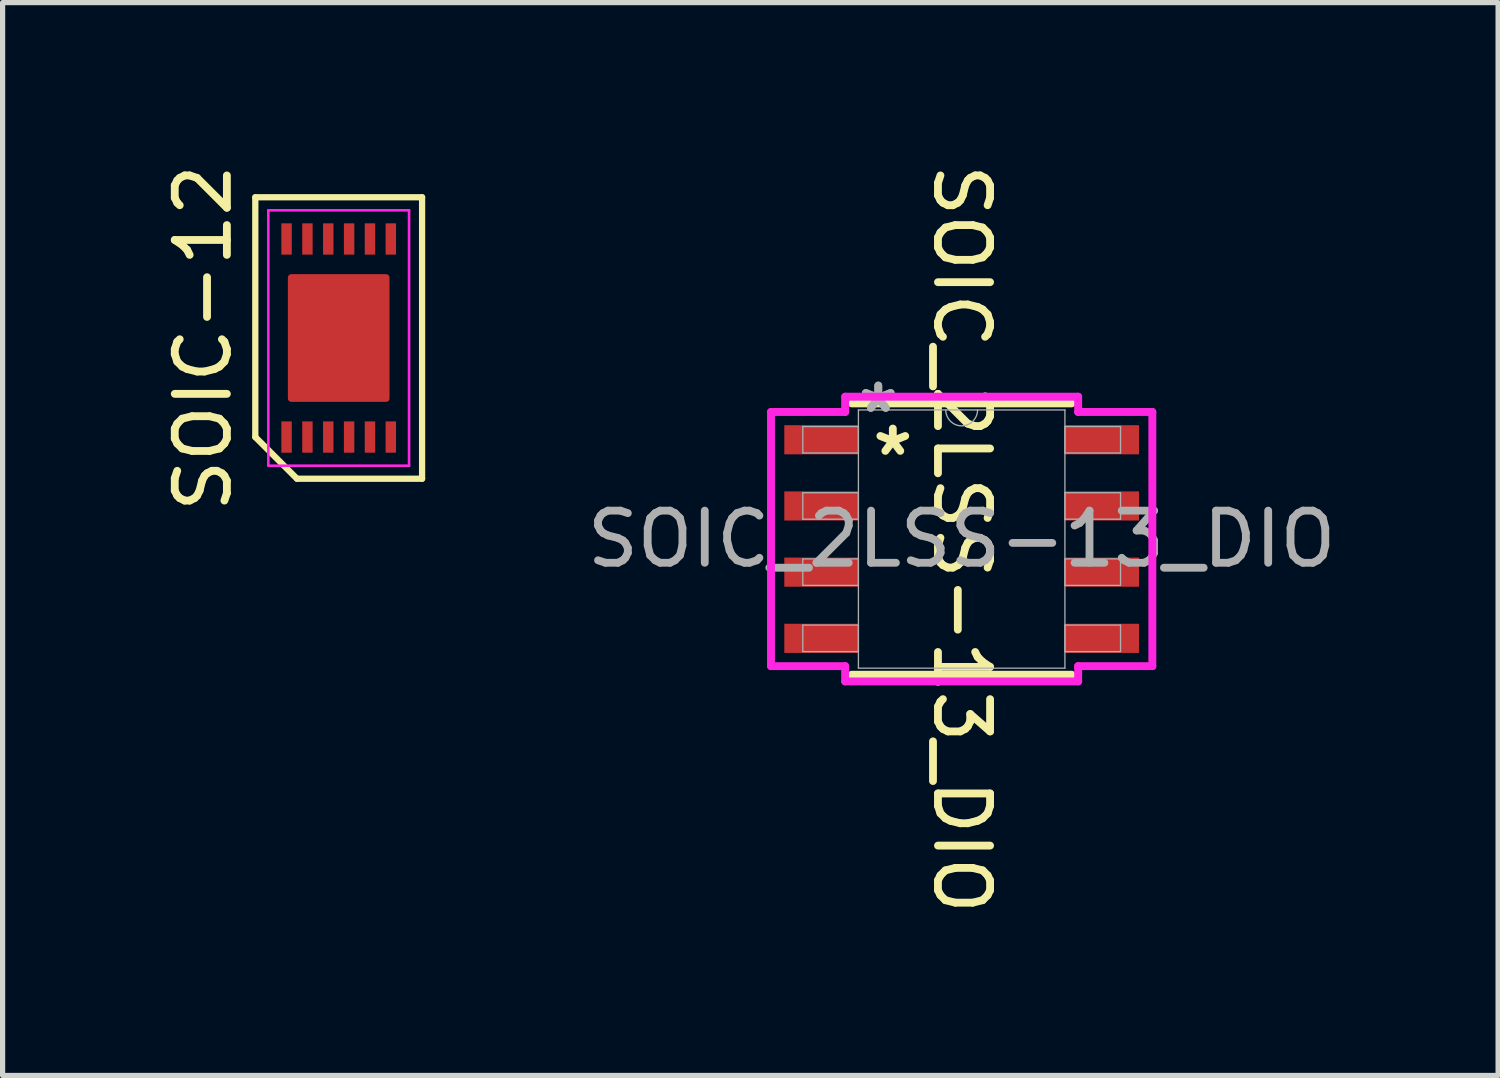
<source format=kicad_pcb>
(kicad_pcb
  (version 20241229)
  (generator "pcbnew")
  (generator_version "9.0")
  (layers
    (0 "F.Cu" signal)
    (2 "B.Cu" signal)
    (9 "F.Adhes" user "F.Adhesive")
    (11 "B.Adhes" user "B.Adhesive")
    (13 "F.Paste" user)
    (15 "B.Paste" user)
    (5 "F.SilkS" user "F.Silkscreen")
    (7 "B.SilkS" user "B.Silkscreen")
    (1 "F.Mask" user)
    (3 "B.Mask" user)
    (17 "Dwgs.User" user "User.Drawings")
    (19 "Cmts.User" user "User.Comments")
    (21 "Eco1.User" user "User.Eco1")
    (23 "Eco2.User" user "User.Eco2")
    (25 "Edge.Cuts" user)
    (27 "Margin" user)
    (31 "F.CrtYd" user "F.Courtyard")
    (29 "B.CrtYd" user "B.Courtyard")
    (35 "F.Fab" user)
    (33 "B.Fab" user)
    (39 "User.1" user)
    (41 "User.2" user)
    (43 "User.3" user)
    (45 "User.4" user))
  (footprint "SOIC_2LSS-13_DIO"
    (layer "F.Cu")
    (at 15.4 7.292)
    (property "Reference" "SOIC_2LSS-13_DIO" (at 0 0 270) (unlocked yes) (layer "F.SilkS") (effects (font (size 1 1) (thickness 0.15))))
    (attr smd)
    (fp_line (start -2.108 2.603) (end 2.108 2.603) (stroke (width 0.152) (type solid)) (layer "F.SilkS"))
    (fp_line (start 2.108 -2.603) (end -2.108 -2.603) (stroke (width 0.152) (type solid)) (layer "F.SilkS"))
    (fp_line (start -3.658 -2.438) (end -2.235 -2.438) (stroke (width 0.152) (type solid)) (layer "F.CrtYd"))
    (fp_line (start -3.658 2.438) (end -3.658 -2.438) (stroke (width 0.152) (type solid)) (layer "F.CrtYd"))
    (fp_line (start -3.658 2.438) (end -2.235 2.438) (stroke (width 0.152) (type solid)) (layer "F.CrtYd"))
    (fp_line (start -2.235 -2.731) (end 2.235 -2.731) (stroke (width 0.152) (type solid)) (layer "F.CrtYd"))
    (fp_line (start -2.235 -2.438) (end -2.235 -2.731) (stroke (width 0.152) (type solid)) (layer "F.CrtYd"))
    (fp_line (start -2.235 2.731) (end -2.235 2.438) (stroke (width 0.152) (type solid)) (layer "F.CrtYd"))
    (fp_line (start 2.235 -2.731) (end 2.235 -2.438) (stroke (width 0.152) (type solid)) (layer "F.CrtYd"))
    (fp_line (start 2.235 2.438) (end 2.235 2.731) (stroke (width 0.152) (type solid)) (layer "F.CrtYd"))
    (fp_line (start 2.235 2.731) (end -2.235 2.731) (stroke (width 0.152) (type solid)) (layer "F.CrtYd"))
    (fp_line (start 3.658 -2.438) (end 2.235 -2.438) (stroke (width 0.152) (type solid)) (layer "F.CrtYd"))
    (fp_line (start 3.658 -2.438) (end 3.658 2.438) (stroke (width 0.152) (type solid)) (layer "F.CrtYd"))
    (fp_line (start 3.658 2.438) (end 2.235 2.438) (stroke (width 0.152) (type solid)) (layer "F.CrtYd"))
    (fp_line (start -3.048 -2.159) (end -3.048 -1.651) (stroke (width 0.025) (type solid)) (layer "F.Fab"))
    (fp_line (start -3.048 -1.651) (end -1.981 -1.651) (stroke (width 0.025) (type solid)) (layer "F.Fab"))
    (fp_line (start -3.048 -0.889) (end -3.048 -0.381) (stroke (width 0.025) (type solid)) (layer "F.Fab"))
    (fp_line (start -3.048 -0.381) (end -1.981 -0.381) (stroke (width 0.025) (type solid)) (layer "F.Fab"))
    (fp_line (start -3.048 0.381) (end -3.048 0.889) (stroke (width 0.025) (type solid)) (layer "F.Fab"))
    (fp_line (start -3.048 0.889) (end -1.981 0.889) (stroke (width 0.025) (type solid)) (layer "F.Fab"))
    (fp_line (start -3.048 1.651) (end -3.048 2.159) (stroke (width 0.025) (type solid)) (layer "F.Fab"))
    (fp_line (start -3.048 2.159) (end -1.981 2.159) (stroke (width 0.025) (type solid)) (layer "F.Fab"))
    (fp_line (start -1.981 -2.477) (end -1.981 2.477) (stroke (width 0.025) (type solid)) (layer "F.Fab"))
    (fp_line (start -1.981 -2.159) (end -3.048 -2.159) (stroke (width 0.025) (type solid)) (layer "F.Fab"))
    (fp_line (start -1.981 -1.651) (end -1.981 -2.159) (stroke (width 0.025) (type solid)) (layer "F.Fab"))
    (fp_line (start -1.981 -0.889) (end -3.048 -0.889) (stroke (width 0.025) (type solid)) (layer "F.Fab"))
    (fp_line (start -1.981 -0.381) (end -1.981 -0.889) (stroke (width 0.025) (type solid)) (layer "F.Fab"))
    (fp_line (start -1.981 0.381) (end -3.048 0.381) (stroke (width 0.025) (type solid)) (layer "F.Fab"))
    (fp_line (start -1.981 0.889) (end -1.981 0.381) (stroke (width 0.025) (type solid)) (layer "F.Fab"))
    (fp_line (start -1.981 1.651) (end -3.048 1.651) (stroke (width 0.025) (type solid)) (layer "F.Fab"))
    (fp_line (start -1.981 2.159) (end -1.981 1.651) (stroke (width 0.025) (type solid)) (layer "F.Fab"))
    (fp_line (start -1.981 2.477) (end 1.981 2.477) (stroke (width 0.025) (type solid)) (layer "F.Fab"))
    (fp_line (start 1.981 -2.477) (end -1.981 -2.477) (stroke (width 0.025) (type solid)) (layer "F.Fab"))
    (fp_line (start 1.981 -2.159) (end 1.981 -1.651) (stroke (width 0.025) (type solid)) (layer "F.Fab"))
    (fp_line (start 1.981 -1.651) (end 3.048 -1.651) (stroke (width 0.025) (type solid)) (layer "F.Fab"))
    (fp_line (start 1.981 -0.889) (end 1.981 -0.381) (stroke (width 0.025) (type solid)) (layer "F.Fab"))
    (fp_line (start 1.981 -0.381) (end 3.048 -0.381) (stroke (width 0.025) (type solid)) (layer "F.Fab"))
    (fp_line (start 1.981 0.381) (end 1.981 0.889) (stroke (width 0.025) (type solid)) (layer "F.Fab"))
    (fp_line (start 1.981 0.889) (end 3.048 0.889) (stroke (width 0.025) (type solid)) (layer "F.Fab"))
    (fp_line (start 1.981 1.651) (end 1.981 2.159) (stroke (width 0.025) (type solid)) (layer "F.Fab"))
    (fp_line (start 1.981 2.159) (end 3.048 2.159) (stroke (width 0.025) (type solid)) (layer "F.Fab"))
    (fp_line (start 1.981 2.477) (end 1.981 -2.477) (stroke (width 0.025) (type solid)) (layer "F.Fab"))
    (fp_line (start 3.048 -2.159) (end 1.981 -2.159) (stroke (width 0.025) (type solid)) (layer "F.Fab"))
    (fp_line (start 3.048 -1.651) (end 3.048 -2.159) (stroke (width 0.025) (type solid)) (layer "F.Fab"))
    (fp_line (start 3.048 -0.889) (end 1.981 -0.889) (stroke (width 0.025) (type solid)) (layer "F.Fab"))
    (fp_line (start 3.048 -0.381) (end 3.048 -0.889) (stroke (width 0.025) (type solid)) (layer "F.Fab"))
    (fp_line (start 3.048 0.381) (end 1.981 0.381) (stroke (width 0.025) (type solid)) (layer "F.Fab"))
    (fp_line (start 3.048 0.889) (end 3.048 0.381) (stroke (width 0.025) (type solid)) (layer "F.Fab"))
    (fp_line (start 3.048 1.651) (end 1.981 1.651) (stroke (width 0.025) (type solid)) (layer "F.Fab"))
    (fp_line (start 3.048 2.159) (end 3.048 1.651) (stroke (width 0.025) (type solid)) (layer "F.Fab"))
    (fp_arc (start 0.3048 -2.4765) (mid 0 -2.1717) (end -0.3048 -2.4765) (stroke (width 0.0254) (type solid)) (layer "F.Fab"))
    (fp_text user "*" (at -1.321 -1.575 0) (unlocked yes) (layer "F.SilkS") (effects (font (size 1 1) (thickness 0.15))))
    (fp_text user "*" (at -1.6 -2.4 0) (unlocked yes) (layer "F.Fab") (effects (font (size 1 1) (thickness 0.15))))
    (fp_text user "*" (at -1.6 -2.4 0) (unlocked yes) (layer "F.Fab") (effects (font (size 1 1) (thickness 0.15))))
    (fp_text user "${REFERENCE}" (at 0 0 0) (unlocked yes) (layer "F.Fab") (effects (font (size 1 1) (thickness 0.15))))
    (pad "1" smd rect (at -2.692 -1.905) (size 1.422 0.559) (layers "F.Cu" "F.Mask" "F.Paste"))
    (pad "2" smd rect (at -2.692 -0.635) (size 1.422 0.559) (layers "F.Cu" "F.Mask" "F.Paste"))
    (pad "3" smd rect (at -2.692 0.635) (size 1.422 0.559) (layers "F.Cu" "F.Mask" "F.Paste"))
    (pad "4" smd rect (at -2.692 1.905) (size 1.422 0.559) (layers "F.Cu" "F.Mask" "F.Paste"))
    (pad "5" smd rect (at 2.692 1.905) (size 1.422 0.559) (layers "F.Cu" "F.Mask" "F.Paste"))
    (pad "6" smd rect (at 2.692 0.635) (size 1.422 0.559) (layers "F.Cu" "F.Mask" "F.Paste"))
    (pad "7" smd rect (at 2.692 -0.635) (size 1.422 0.559) (layers "F.Cu" "F.Mask" "F.Paste"))
    (pad "8" smd rect (at 2.692 -1.905) (size 1.422 0.559) (layers "F.Cu" "F.Mask" "F.Paste")))
  (footprint "SOIC-12"
    (layer "F.Cu")
    (at 3.448 3.435)
    (property "Reference" "SOIC-12" (at -2.6 0 90) (layer "F.SilkS") (effects (font (size 1 1) (thickness 0.15))))
    (attr smd)
    (fp_line (start -1.6 -2.7) (end 1.6 -2.7) (stroke (width 0.12) (type default)) (layer "F.SilkS"))
    (fp_line (start -1.6 1.9) (end -1.6 -2.7) (stroke (width 0.12) (type default)) (layer "F.SilkS"))
    (fp_line (start -0.8 2.7) (end -1.6 1.9) (stroke (width 0.12) (type default)) (layer "F.SilkS"))
    (fp_line (start 1.6 -2.7) (end 1.6 2.7) (stroke (width 0.12) (type default)) (layer "F.SilkS"))
    (fp_line (start 1.6 2.7) (end -0.8 2.7) (stroke (width 0.12) (type default)) (layer "F.SilkS"))
    (fp_line (start -1.35 -2.45) (end 1.35 -2.45) (stroke (width 0.05) (type default)) (layer "F.CrtYd"))
    (fp_line (start -1.35 2.45) (end -1.35 -2.45) (stroke (width 0.05) (type default)) (layer "F.CrtYd"))
    (fp_line (start 1.35 -2.45) (end 1.35 2.45) (stroke (width 0.05) (type default)) (layer "F.CrtYd"))
    (fp_line (start 1.35 2.45) (end -1.35 2.45) (stroke (width 0.05) (type default)) (layer "F.CrtYd"))
    (pad "1" smd rect (at -1 1.9) (size 0.2 0.6) (layers "F.Cu" "F.Mask" "F.Paste"))
    (pad "2" smd rect (at -0.6 1.9) (size 0.2 0.6) (layers "F.Cu" "F.Mask" "F.Paste"))
    (pad "3" smd rect (at -0.2 1.9) (size 0.2 0.6) (layers "F.Cu" "F.Mask" "F.Paste"))
    (pad "4" smd rect (at 0.2 1.9) (size 0.2 0.6) (layers "F.Cu" "F.Mask" "F.Paste"))
    (pad "5" smd rect (at 0.6 1.9) (size 0.2 0.6) (layers "F.Cu" "F.Mask" "F.Paste"))
    (pad "6" smd rect (at 1 1.9) (size 0.2 0.6) (layers "F.Cu" "F.Mask" "F.Paste"))
    (pad "7" smd rect (at 1 -1.9) (size 0.2 0.6) (layers "F.Cu" "F.Mask" "F.Paste"))
    (pad "8" smd rect (at 0.6 -1.9) (size 0.2 0.6) (layers "F.Cu" "F.Mask" "F.Paste"))
    (pad "9" smd rect (at 0.2 -1.9) (size 0.2 0.6) (layers "F.Cu" "F.Mask" "F.Paste"))
    (pad "10" smd rect (at -0.2 -1.9) (size 0.2 0.6) (layers "F.Cu" "F.Mask" "F.Paste"))
    (pad "11" smd rect (at -0.6 -1.9) (size 0.2 0.6) (layers "F.Cu" "F.Mask" "F.Paste"))
    (pad "12" smd rect (at -1 -1.9) (size 0.2 0.6) (layers "F.Cu" "F.Mask" "F.Paste"))
    (pad "13" smd roundrect (at 0 0) (size 1.95 2.45) (layers "F.Cu" "F.Mask" "F.Paste") (roundrect_rratio 0.033)))
  (gr_rect
    (start -3 -3)
    (end 25.692 17.583)
    (stroke (width 0.1) (type default))
    (fill no)
    (layer "Edge.Cuts")))
</source>
